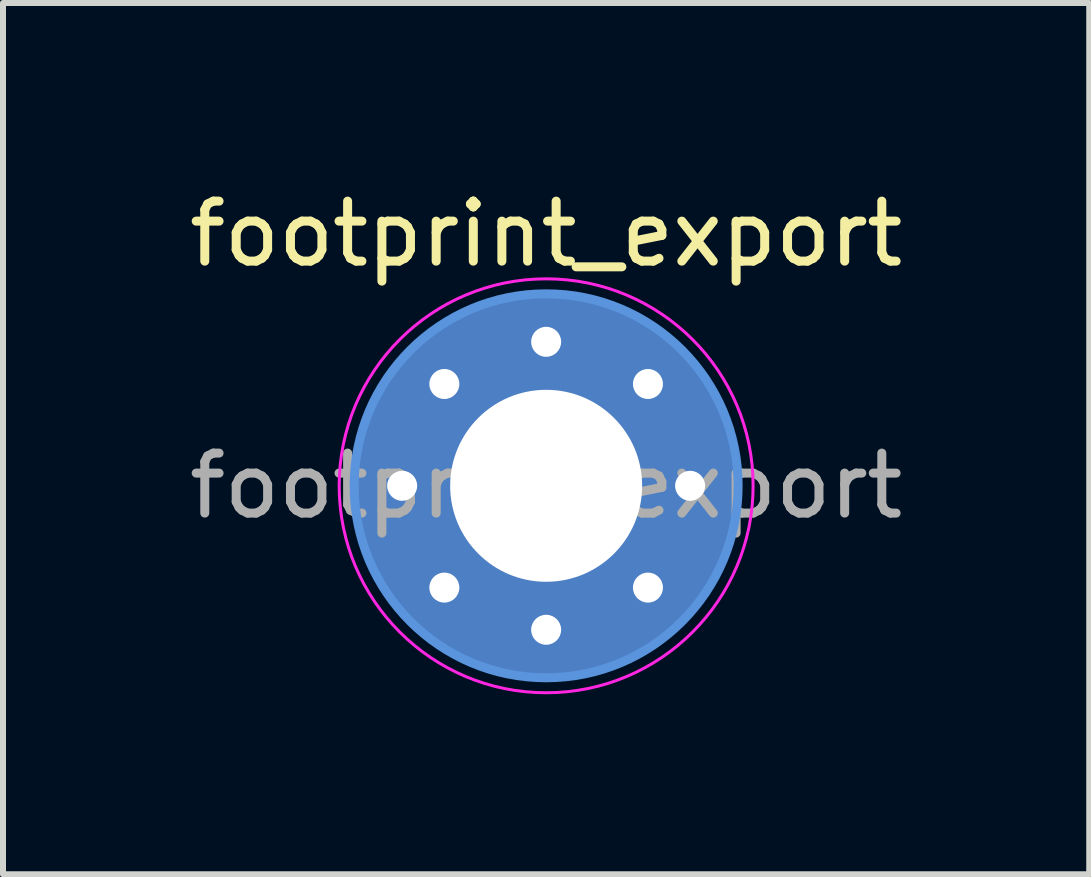
<source format=kicad_pcb>
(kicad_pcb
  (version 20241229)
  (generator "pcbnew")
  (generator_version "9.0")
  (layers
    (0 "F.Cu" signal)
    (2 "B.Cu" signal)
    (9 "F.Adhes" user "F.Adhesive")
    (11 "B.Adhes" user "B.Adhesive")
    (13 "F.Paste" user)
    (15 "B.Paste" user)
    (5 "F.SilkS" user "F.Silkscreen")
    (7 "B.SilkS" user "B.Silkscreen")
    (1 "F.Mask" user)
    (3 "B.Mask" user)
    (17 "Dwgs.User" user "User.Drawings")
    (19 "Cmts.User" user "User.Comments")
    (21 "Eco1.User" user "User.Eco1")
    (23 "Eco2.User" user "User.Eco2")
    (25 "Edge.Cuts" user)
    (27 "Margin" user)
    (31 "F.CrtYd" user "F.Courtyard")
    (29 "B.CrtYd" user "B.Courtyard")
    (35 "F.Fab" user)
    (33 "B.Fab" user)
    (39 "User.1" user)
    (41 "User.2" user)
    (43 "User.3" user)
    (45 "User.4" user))
  (footprint "footprint_export"
    (layer "F.Cu")
    (at 6.054 5.048)
    (property "Reference" "footprint_export" (at 0 -4.2 0) (layer "F.SilkS") (effects (font (size 1 1) (thickness 0.15))))
    (attr exclude_from_pos_files exclude_from_bom)
    (fp_circle (center 0 0) (end 3.2 0) (stroke (width 0.15) (type solid)) (fill no) (layer "Cmts.User"))
    (fp_circle (center 0 0) (end 3.45 0) (stroke (width 0.05) (type solid)) (fill no) (layer "F.CrtYd"))
    (fp_text user "${REFERENCE}" (at 0 0 0) (layer "F.Fab") (effects (font (size 1 1) (thickness 0.15))))
    (pad "1" thru_hole circle (at -2.4 0) (size 0.8 0.8) (drill 0.5) (layers "*.Cu" "*.Mask"))
    (pad "1" thru_hole circle (at -1.697 -1.697) (size 0.8 0.8) (drill 0.5) (layers "*.Cu" "*.Mask"))
    (pad "1" thru_hole circle (at -1.697 1.697) (size 0.8 0.8) (drill 0.5) (layers "*.Cu" "*.Mask"))
    (pad "1" thru_hole circle (at 0 -2.4) (size 0.8 0.8) (drill 0.5) (layers "*.Cu" "*.Mask"))
    (pad "1" thru_hole circle (at 0 0) (size 6.4 6.4) (drill 3.2) (layers "*.Cu" "*.Mask"))
    (pad "1" thru_hole circle (at 0 2.4) (size 0.8 0.8) (drill 0.5) (layers "*.Cu" "*.Mask"))
    (pad "1" thru_hole circle (at 1.697 -1.697) (size 0.8 0.8) (drill 0.5) (layers "*.Cu" "*.Mask"))
    (pad "1" thru_hole circle (at 1.697 1.697) (size 0.8 0.8) (drill 0.5) (layers "*.Cu" "*.Mask"))
    (pad "1" thru_hole circle (at 2.4 0) (size 0.8 0.8) (drill 0.5) (layers "*.Cu" "*.Mask")))
  (gr_rect
    (start -3 -3)
    (end 15.107 11.523)
    (stroke (width 0.1) (type default))
    (fill no)
    (layer "Edge.Cuts")))
</source>
